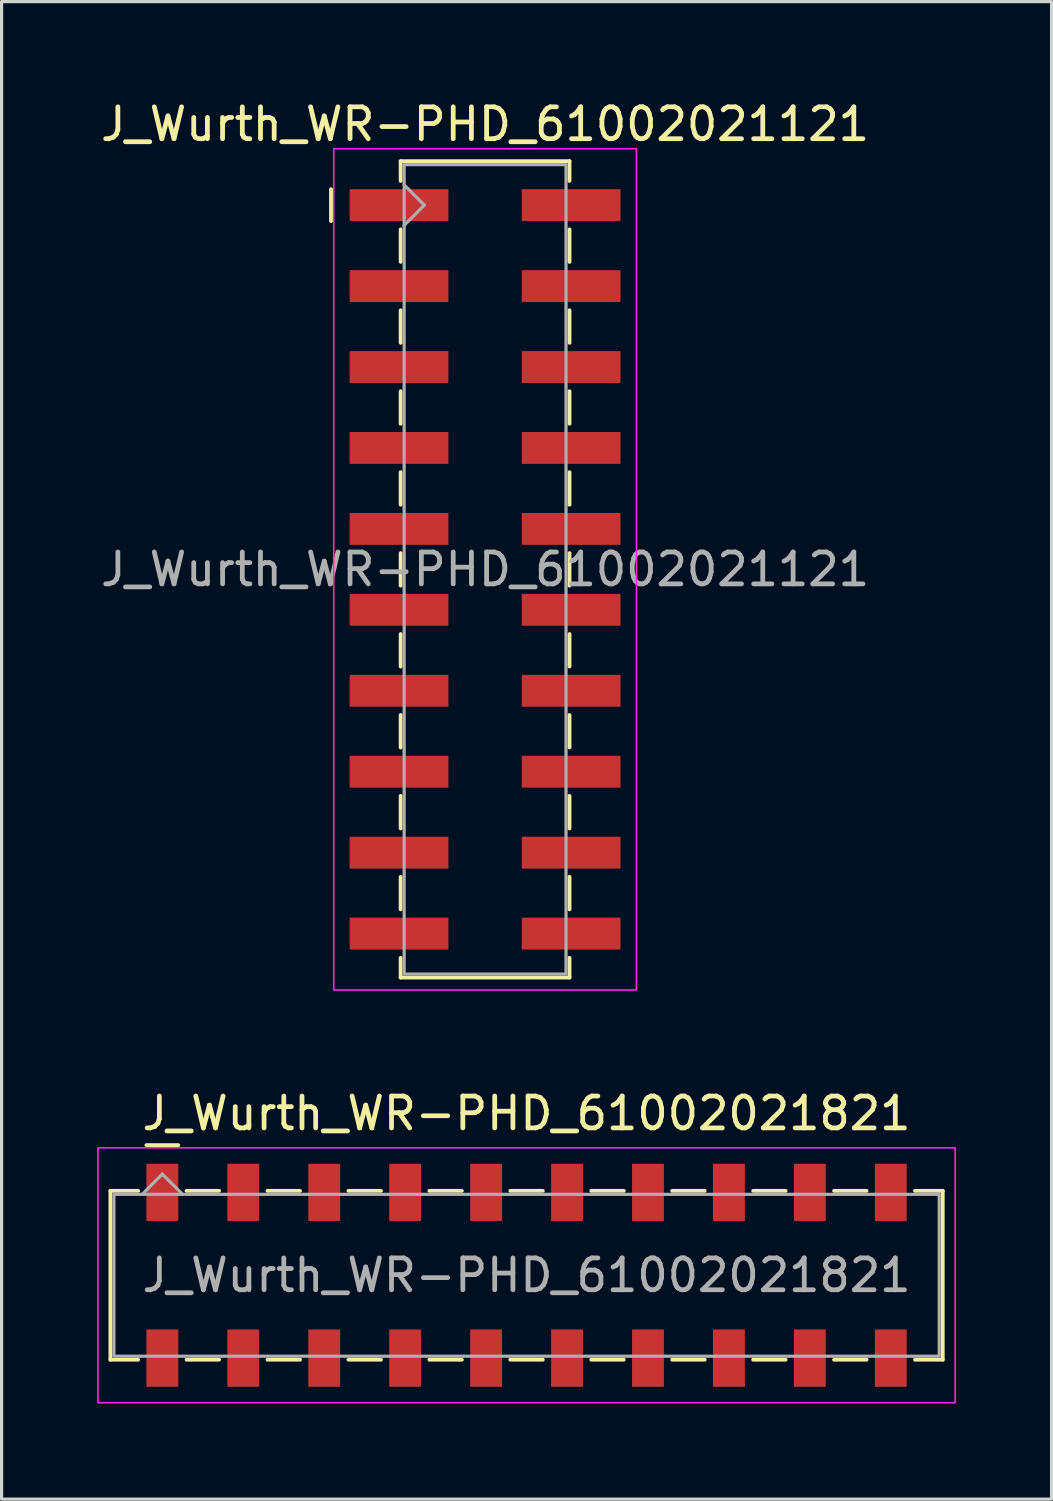
<source format=kicad_pcb>
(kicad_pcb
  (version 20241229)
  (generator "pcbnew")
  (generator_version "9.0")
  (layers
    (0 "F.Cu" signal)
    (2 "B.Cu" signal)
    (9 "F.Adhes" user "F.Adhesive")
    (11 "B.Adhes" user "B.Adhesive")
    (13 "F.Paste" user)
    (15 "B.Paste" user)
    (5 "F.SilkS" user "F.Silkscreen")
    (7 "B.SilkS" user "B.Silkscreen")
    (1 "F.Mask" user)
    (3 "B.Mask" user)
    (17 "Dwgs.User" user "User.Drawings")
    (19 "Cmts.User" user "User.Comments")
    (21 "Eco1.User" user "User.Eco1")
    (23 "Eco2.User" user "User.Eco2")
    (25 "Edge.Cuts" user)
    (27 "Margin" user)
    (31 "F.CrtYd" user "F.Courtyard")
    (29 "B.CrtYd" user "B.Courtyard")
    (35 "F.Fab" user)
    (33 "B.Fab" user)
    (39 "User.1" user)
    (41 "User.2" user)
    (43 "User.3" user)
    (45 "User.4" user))
  (footprint "J_Wurth_WR-PHD_61002021821"
    (layer "F.Cu")
    (at 13.475 36.971)
    (property "Reference" "J_Wurth_WR-PHD_61002021821" (at 0 -5.08 0) (unlocked yes) (layer "F.SilkS") (effects (font (size 1 1) (thickness 0.15))))
    (attr smd)
    (fp_line (start -13.06 -2.65) (end -13.06 2.65) (stroke (width 0.12) (type solid)) (layer "F.SilkS"))
    (fp_line (start -13.06 -2.65) (end -12.19 -2.65) (stroke (width 0.12) (type solid)) (layer "F.SilkS"))
    (fp_line (start -13.06 2.65) (end -12.19 2.65) (stroke (width 0.12) (type solid)) (layer "F.SilkS"))
    (fp_line (start -11.93 -4.085) (end -10.93 -4.085) (stroke (width 0.12) (type solid)) (layer "F.SilkS"))
    (fp_line (start -10.67 -2.65) (end -9.65 -2.65) (stroke (width 0.12) (type solid)) (layer "F.SilkS"))
    (fp_line (start -10.67 2.65) (end -9.65 2.65) (stroke (width 0.12) (type solid)) (layer "F.SilkS"))
    (fp_line (start -8.13 -2.65) (end -7.11 -2.65) (stroke (width 0.12) (type solid)) (layer "F.SilkS"))
    (fp_line (start -8.13 2.65) (end -7.11 2.65) (stroke (width 0.12) (type solid)) (layer "F.SilkS"))
    (fp_line (start -5.59 -2.65) (end -4.57 -2.65) (stroke (width 0.12) (type solid)) (layer "F.SilkS"))
    (fp_line (start -5.59 2.65) (end -4.57 2.65) (stroke (width 0.12) (type solid)) (layer "F.SilkS"))
    (fp_line (start -3.05 -2.65) (end -2.03 -2.65) (stroke (width 0.12) (type solid)) (layer "F.SilkS"))
    (fp_line (start -3.05 2.65) (end -2.03 2.65) (stroke (width 0.12) (type solid)) (layer "F.SilkS"))
    (fp_line (start -0.51 -2.65) (end 0.51 -2.65) (stroke (width 0.12) (type solid)) (layer "F.SilkS"))
    (fp_line (start -0.51 2.65) (end 0.51 2.65) (stroke (width 0.12) (type solid)) (layer "F.SilkS"))
    (fp_line (start 2.03 -2.65) (end 3.05 -2.65) (stroke (width 0.12) (type solid)) (layer "F.SilkS"))
    (fp_line (start 2.03 2.65) (end 3.05 2.65) (stroke (width 0.12) (type solid)) (layer "F.SilkS"))
    (fp_line (start 4.57 -2.65) (end 5.59 -2.65) (stroke (width 0.12) (type solid)) (layer "F.SilkS"))
    (fp_line (start 4.57 2.65) (end 5.59 2.65) (stroke (width 0.12) (type solid)) (layer "F.SilkS"))
    (fp_line (start 7.11 -2.65) (end 8.13 -2.65) (stroke (width 0.12) (type solid)) (layer "F.SilkS"))
    (fp_line (start 7.11 2.65) (end 8.13 2.65) (stroke (width 0.12) (type solid)) (layer "F.SilkS"))
    (fp_line (start 9.65 -2.65) (end 10.67 -2.65) (stroke (width 0.12) (type solid)) (layer "F.SilkS"))
    (fp_line (start 9.65 2.65) (end 10.67 2.65) (stroke (width 0.12) (type solid)) (layer "F.SilkS"))
    (fp_line (start 12.19 -2.65) (end 13.06 -2.65) (stroke (width 0.12) (type solid)) (layer "F.SilkS"))
    (fp_line (start 12.19 2.65) (end 13.06 2.65) (stroke (width 0.12) (type solid)) (layer "F.SilkS"))
    (fp_line (start 13.06 -2.65) (end 13.06 2.65) (stroke (width 0.12) (type solid)) (layer "F.SilkS"))
    (fp_rect (start -13.45 -4) (end 13.45 4) (stroke (width 0.05) (type solid)) (fill no) (layer "F.CrtYd"))
    (fp_line (start -12.065 -2.54) (end -11.43 -3.175) (stroke (width 0.1) (type default)) (layer "F.Fab"))
    (fp_line (start -11.43 -3.175) (end -10.795 -2.54) (stroke (width 0.1) (type default)) (layer "F.Fab"))
    (fp_rect (start -12.95 -2.54) (end 12.95 2.54) (stroke (width 0.1) (type solid)) (fill no) (layer "F.Fab"))
    (fp_text user "${REFERENCE}" (at 0 0 0) (unlocked yes) (layer "F.Fab") (effects (font (size 1 1) (thickness 0.15))))
    (pad "1" smd rect (at -11.43 -2.6) (size 1 1.8) (layers "F.Cu" "F.Mask" "F.Paste"))
    (pad "2" smd rect (at -11.43 2.6) (size 1 1.8) (layers "F.Cu" "F.Mask" "F.Paste"))
    (pad "3" smd rect (at -8.89 -2.6) (size 1 1.8) (layers "F.Cu" "F.Mask" "F.Paste"))
    (pad "4" smd rect (at -8.89 2.6) (size 1 1.8) (layers "F.Cu" "F.Mask" "F.Paste"))
    (pad "5" smd rect (at -6.35 -2.6) (size 1 1.8) (layers "F.Cu" "F.Mask" "F.Paste"))
    (pad "6" smd rect (at -6.35 2.6) (size 1 1.8) (layers "F.Cu" "F.Mask" "F.Paste"))
    (pad "7" smd rect (at -3.81 -2.6) (size 1 1.8) (layers "F.Cu" "F.Mask" "F.Paste"))
    (pad "8" smd rect (at -3.81 2.6) (size 1 1.8) (layers "F.Cu" "F.Mask" "F.Paste"))
    (pad "9" smd rect (at -1.27 -2.6) (size 1 1.8) (layers "F.Cu" "F.Mask" "F.Paste"))
    (pad "10" smd rect (at -1.27 2.6) (size 1 1.8) (layers "F.Cu" "F.Mask" "F.Paste"))
    (pad "11" smd rect (at 1.27 -2.6) (size 1 1.8) (layers "F.Cu" "F.Mask" "F.Paste"))
    (pad "12" smd rect (at 1.27 2.6) (size 1 1.8) (layers "F.Cu" "F.Mask" "F.Paste"))
    (pad "13" smd rect (at 3.81 -2.6) (size 1 1.8) (layers "F.Cu" "F.Mask" "F.Paste"))
    (pad "14" smd rect (at 3.81 2.6) (size 1 1.8) (layers "F.Cu" "F.Mask" "F.Paste"))
    (pad "15" smd rect (at 6.35 -2.6) (size 1 1.8) (layers "F.Cu" "F.Mask" "F.Paste"))
    (pad "16" smd rect (at 6.35 2.6) (size 1 1.8) (layers "F.Cu" "F.Mask" "F.Paste"))
    (pad "17" smd rect (at 8.89 -2.6) (size 1 1.8) (layers "F.Cu" "F.Mask" "F.Paste"))
    (pad "18" smd rect (at 8.89 2.6) (size 1 1.8) (layers "F.Cu" "F.Mask" "F.Paste"))
    (pad "19" smd rect (at 11.43 -2.6) (size 1 1.8) (layers "F.Cu" "F.Mask" "F.Paste"))
    (pad "20" smd rect (at 11.43 2.6) (size 1 1.8) (layers "F.Cu" "F.Mask" "F.Paste")))
  (footprint "J_Wurth_WR-PHD_61002021121"
    (layer "F.Cu")
    (at 12.173 14.818)
    (property "Reference" "J_Wurth_WR-PHD_61002021121" (at 0 -13.97 0) (unlocked yes) (layer "F.SilkS") (effects (font (size 1 1) (thickness 0.15))))
    (attr smd)
    (fp_line (start -4.835 -11.93) (end -4.835 -10.93) (stroke (width 0.12) (type solid)) (layer "F.SilkS"))
    (fp_line (start -2.65 -12.19) (end -2.65 -12.81) (stroke (width 0.12) (type solid)) (layer "F.SilkS"))
    (fp_line (start -2.65 -10.67) (end -2.65 -9.65) (stroke (width 0.12) (type solid)) (layer "F.SilkS"))
    (fp_line (start -2.65 -8.13) (end -2.65 -7.11) (stroke (width 0.12) (type solid)) (layer "F.SilkS"))
    (fp_line (start -2.65 -5.59) (end -2.65 -4.57) (stroke (width 0.12) (type solid)) (layer "F.SilkS"))
    (fp_line (start -2.65 -3.05) (end -2.65 -2.03) (stroke (width 0.12) (type solid)) (layer "F.SilkS"))
    (fp_line (start -2.65 -0.51) (end -2.65 0.51) (stroke (width 0.12) (type solid)) (layer "F.SilkS"))
    (fp_line (start -2.65 2.03) (end -2.65 3.05) (stroke (width 0.12) (type solid)) (layer "F.SilkS"))
    (fp_line (start -2.65 4.57) (end -2.65 5.59) (stroke (width 0.12) (type solid)) (layer "F.SilkS"))
    (fp_line (start -2.65 7.11) (end -2.65 8.13) (stroke (width 0.12) (type solid)) (layer "F.SilkS"))
    (fp_line (start -2.65 9.65) (end -2.65 10.67) (stroke (width 0.12) (type solid)) (layer "F.SilkS"))
    (fp_line (start -2.65 12.19) (end -2.65 12.81) (stroke (width 0.12) (type solid)) (layer "F.SilkS"))
    (fp_line (start 2.65 -12.81) (end -2.65 -12.81) (stroke (width 0.12) (type solid)) (layer "F.SilkS"))
    (fp_line (start 2.65 -12.81) (end 2.65 -12.19) (stroke (width 0.12) (type solid)) (layer "F.SilkS"))
    (fp_line (start 2.65 -10.67) (end 2.65 -9.65) (stroke (width 0.12) (type solid)) (layer "F.SilkS"))
    (fp_line (start 2.65 -8.13) (end 2.65 -7.11) (stroke (width 0.12) (type solid)) (layer "F.SilkS"))
    (fp_line (start 2.65 -5.59) (end 2.65 -4.57) (stroke (width 0.12) (type solid)) (layer "F.SilkS"))
    (fp_line (start 2.65 -3.05) (end 2.65 -2.03) (stroke (width 0.12) (type solid)) (layer "F.SilkS"))
    (fp_line (start 2.65 -0.51) (end 2.65 0.51) (stroke (width 0.12) (type solid)) (layer "F.SilkS"))
    (fp_line (start 2.65 2.03) (end 2.65 3.05) (stroke (width 0.12) (type solid)) (layer "F.SilkS"))
    (fp_line (start 2.65 4.57) (end 2.65 5.59) (stroke (width 0.12) (type solid)) (layer "F.SilkS"))
    (fp_line (start 2.65 7.11) (end 2.65 8.13) (stroke (width 0.12) (type solid)) (layer "F.SilkS"))
    (fp_line (start 2.65 9.65) (end 2.65 10.67) (stroke (width 0.12) (type solid)) (layer "F.SilkS"))
    (fp_line (start 2.65 12.19) (end 2.65 12.81) (stroke (width 0.12) (type solid)) (layer "F.SilkS"))
    (fp_line (start 2.65 12.81) (end -2.65 12.81) (stroke (width 0.12) (type solid)) (layer "F.SilkS"))
    (fp_rect (start -4.75 -13.2) (end 4.75 13.2) (stroke (width 0.05) (type solid)) (fill no) (layer "F.CrtYd"))
    (fp_line (start -2.54 -12.065) (end -1.905 -11.43) (stroke (width 0.1) (type default)) (layer "F.Fab"))
    (fp_line (start -1.905 -11.43) (end -2.54 -10.795) (stroke (width 0.1) (type default)) (layer "F.Fab"))
    (fp_rect (start -2.54 -12.7) (end 2.54 12.7) (stroke (width 0.1) (type solid)) (fill no) (layer "F.Fab"))
    (fp_text user "${REFERENCE}" (at 0 0 0) (unlocked yes) (layer "F.Fab") (effects (font (size 1 1) (thickness 0.15))))
    (pad "1" smd rect (at -2.7 -11.43 270) (size 1 3.1) (layers "F.Cu" "F.Mask" "F.Paste"))
    (pad "2" smd rect (at 2.7 -11.43 270) (size 1 3.1) (layers "F.Cu" "F.Mask" "F.Paste"))
    (pad "3" smd rect (at -2.7 -8.89 270) (size 1 3.1) (layers "F.Cu" "F.Mask" "F.Paste"))
    (pad "4" smd rect (at 2.7 -8.89 270) (size 1 3.1) (layers "F.Cu" "F.Mask" "F.Paste"))
    (pad "5" smd rect (at -2.7 -6.35 270) (size 1 3.1) (layers "F.Cu" "F.Mask" "F.Paste"))
    (pad "6" smd rect (at 2.7 -6.35 270) (size 1 3.1) (layers "F.Cu" "F.Mask" "F.Paste"))
    (pad "7" smd rect (at -2.7 -3.81 270) (size 1 3.1) (layers "F.Cu" "F.Mask" "F.Paste"))
    (pad "8" smd rect (at 2.7 -3.81 270) (size 1 3.1) (layers "F.Cu" "F.Mask" "F.Paste"))
    (pad "9" smd rect (at -2.7 -1.27 270) (size 1 3.1) (layers "F.Cu" "F.Mask" "F.Paste"))
    (pad "10" smd rect (at 2.7 -1.27 270) (size 1 3.1) (layers "F.Cu" "F.Mask" "F.Paste"))
    (pad "11" smd rect (at -2.7 1.27 270) (size 1 3.1) (layers "F.Cu" "F.Mask" "F.Paste"))
    (pad "12" smd rect (at 2.7 1.27 270) (size 1 3.1) (layers "F.Cu" "F.Mask" "F.Paste"))
    (pad "13" smd rect (at -2.7 3.81 270) (size 1 3.1) (layers "F.Cu" "F.Mask" "F.Paste"))
    (pad "14" smd rect (at 2.7 3.81 270) (size 1 3.1) (layers "F.Cu" "F.Mask" "F.Paste"))
    (pad "15" smd rect (at -2.7 6.35 270) (size 1 3.1) (layers "F.Cu" "F.Mask" "F.Paste"))
    (pad "16" smd rect (at 2.7 6.35 270) (size 1 3.1) (layers "F.Cu" "F.Mask" "F.Paste"))
    (pad "17" smd rect (at -2.7 8.89 270) (size 1 3.1) (layers "F.Cu" "F.Mask" "F.Paste"))
    (pad "18" smd rect (at 2.7 8.89 270) (size 1 3.1) (layers "F.Cu" "F.Mask" "F.Paste"))
    (pad "19" smd rect (at -2.7 11.43 270) (size 1 3.1) (layers "F.Cu" "F.Mask" "F.Paste"))
    (pad "20" smd rect (at 2.7 11.43 270) (size 1 3.1) (layers "F.Cu" "F.Mask" "F.Paste")))
  (gr_rect
    (start -3 -3)
    (end 29.95 43.996)
    (stroke (width 0.1) (type default))
    (fill no)
    (layer "Edge.Cuts")))
</source>
